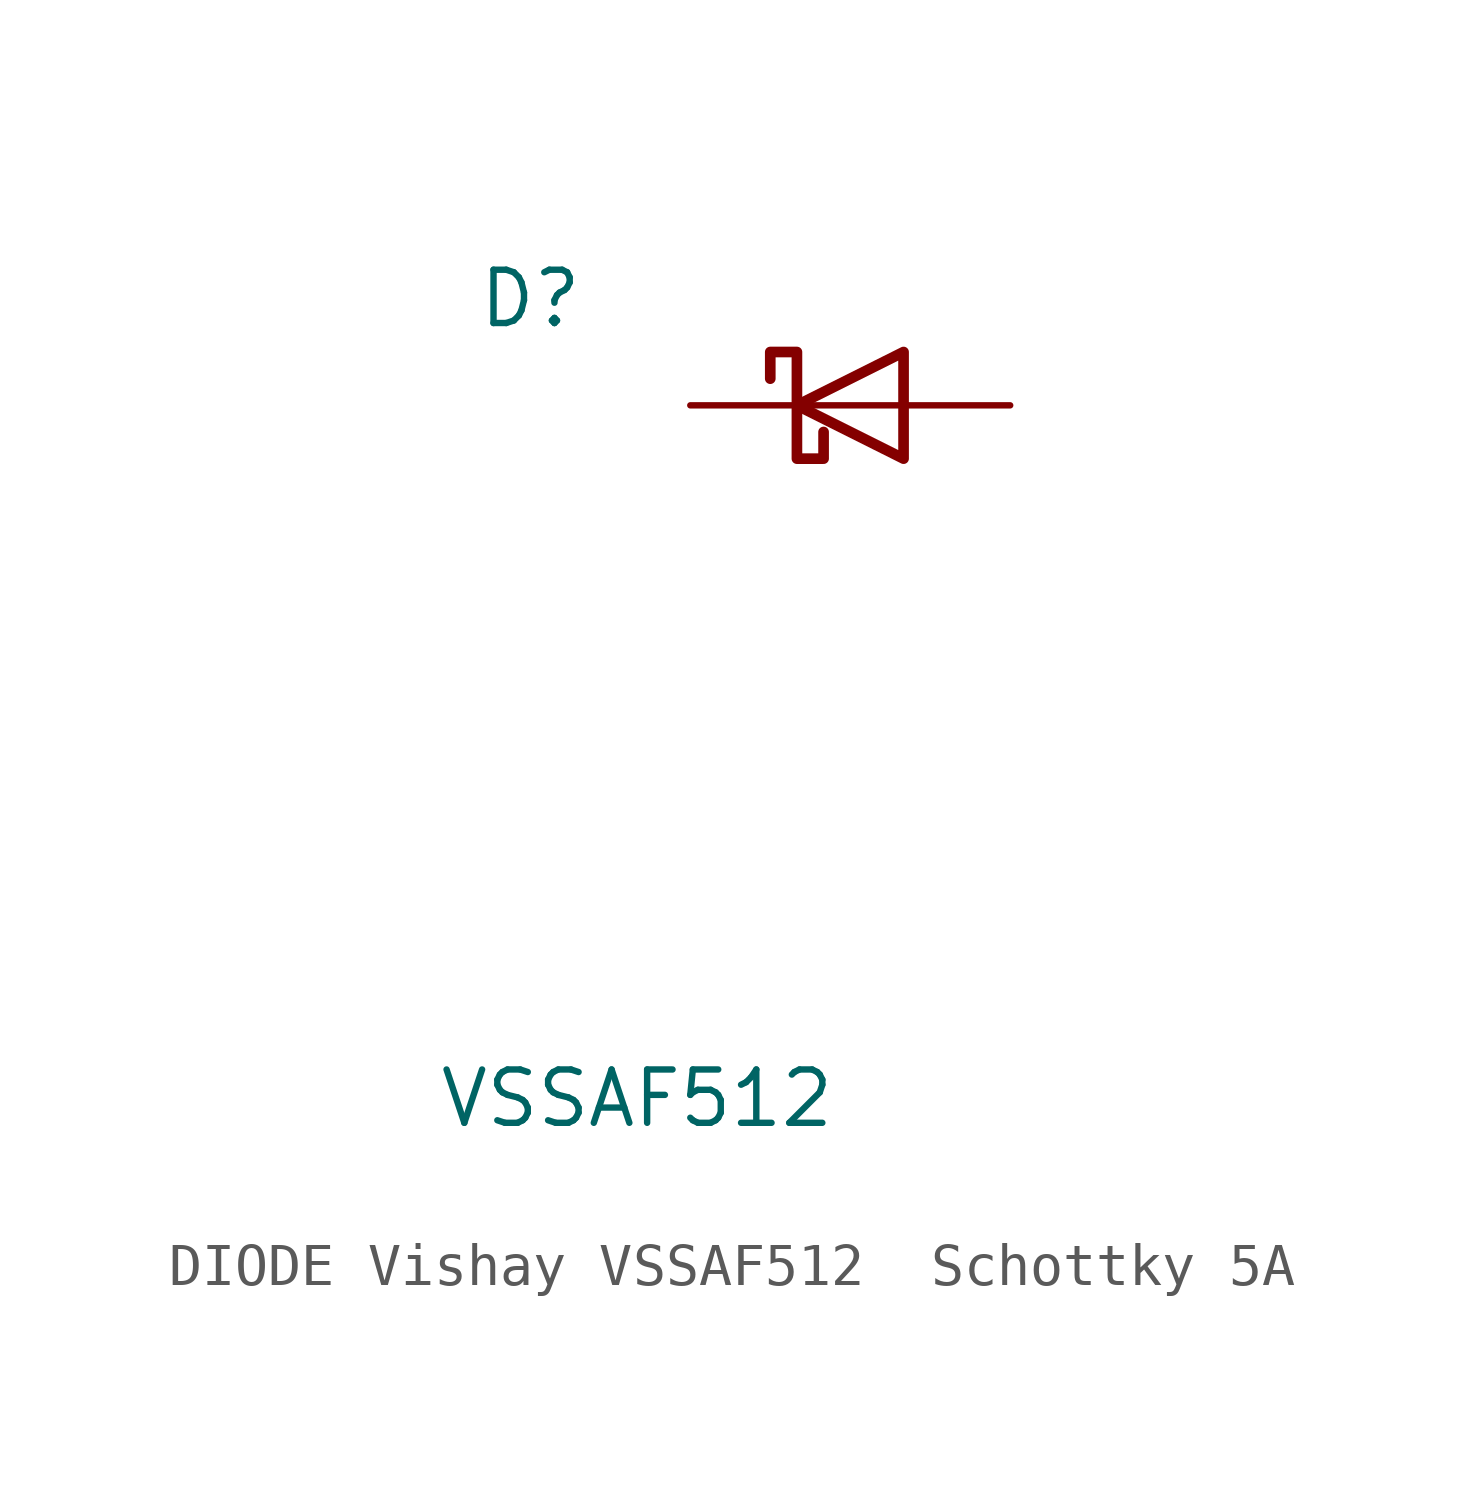
<source format=kicad_sym>
(kicad_symbol_lib
  (version 20241209)
  (generator "kicad_symbol_editor")
  (generator_version "9.0")
  (symbol "DIODE Vishay VSSAF512  Schottky 5A"
    (pin_numbers
      (hide yes))
    (pin_names
      (offset 1.016)
      (hide yes))
    (property "Reference" "D"
      (at -7.62 2.54 0)
      (effects (font (size 1.27 1.27))))
    (property "Value" "VSSAF512"
      (at -5.08 -16.51 0)
      (effects (font (size 1.27 1.27))))
    (symbol "DIODE Vishay VSSAF512  Schottky 5A_0_1"
      (polyline (pts (xy -1.905 0.635) (xy -1.905 1.27) (xy -1.27 1.27) (xy -1.27 -1.27) (xy -0.635 -1.27) (xy -0.635 -0.635)) (stroke (width 0.254) (type default)) (fill (type none)))
      (polyline (pts (xy 1.27 1.27) (xy 1.27 -1.27) (xy -1.27 0) (xy 1.27 1.27)) (stroke (width 0.254) (type default)) (fill (type none)))
      (polyline (pts (xy 1.27 0) (xy -1.27 0)) (stroke (width 0) (type default)) (fill (type none))))
    (symbol "DIODE Vishay VSSAF512  Schottky 5A_1_1"
      (pin passive line (at -3.81 0 0) (length 2.54) (name "K" (effects (font (size 1.27 1.27)))) (number "1" (effects (font (size 1.27 1.27)))))
      (pin passive line (at 3.81 0 180) (length 2.54) (name "A" (effects (font (size 1.27 1.27)))) (number "2" (effects (font (size 1.27 1.27))))))))
</source>
